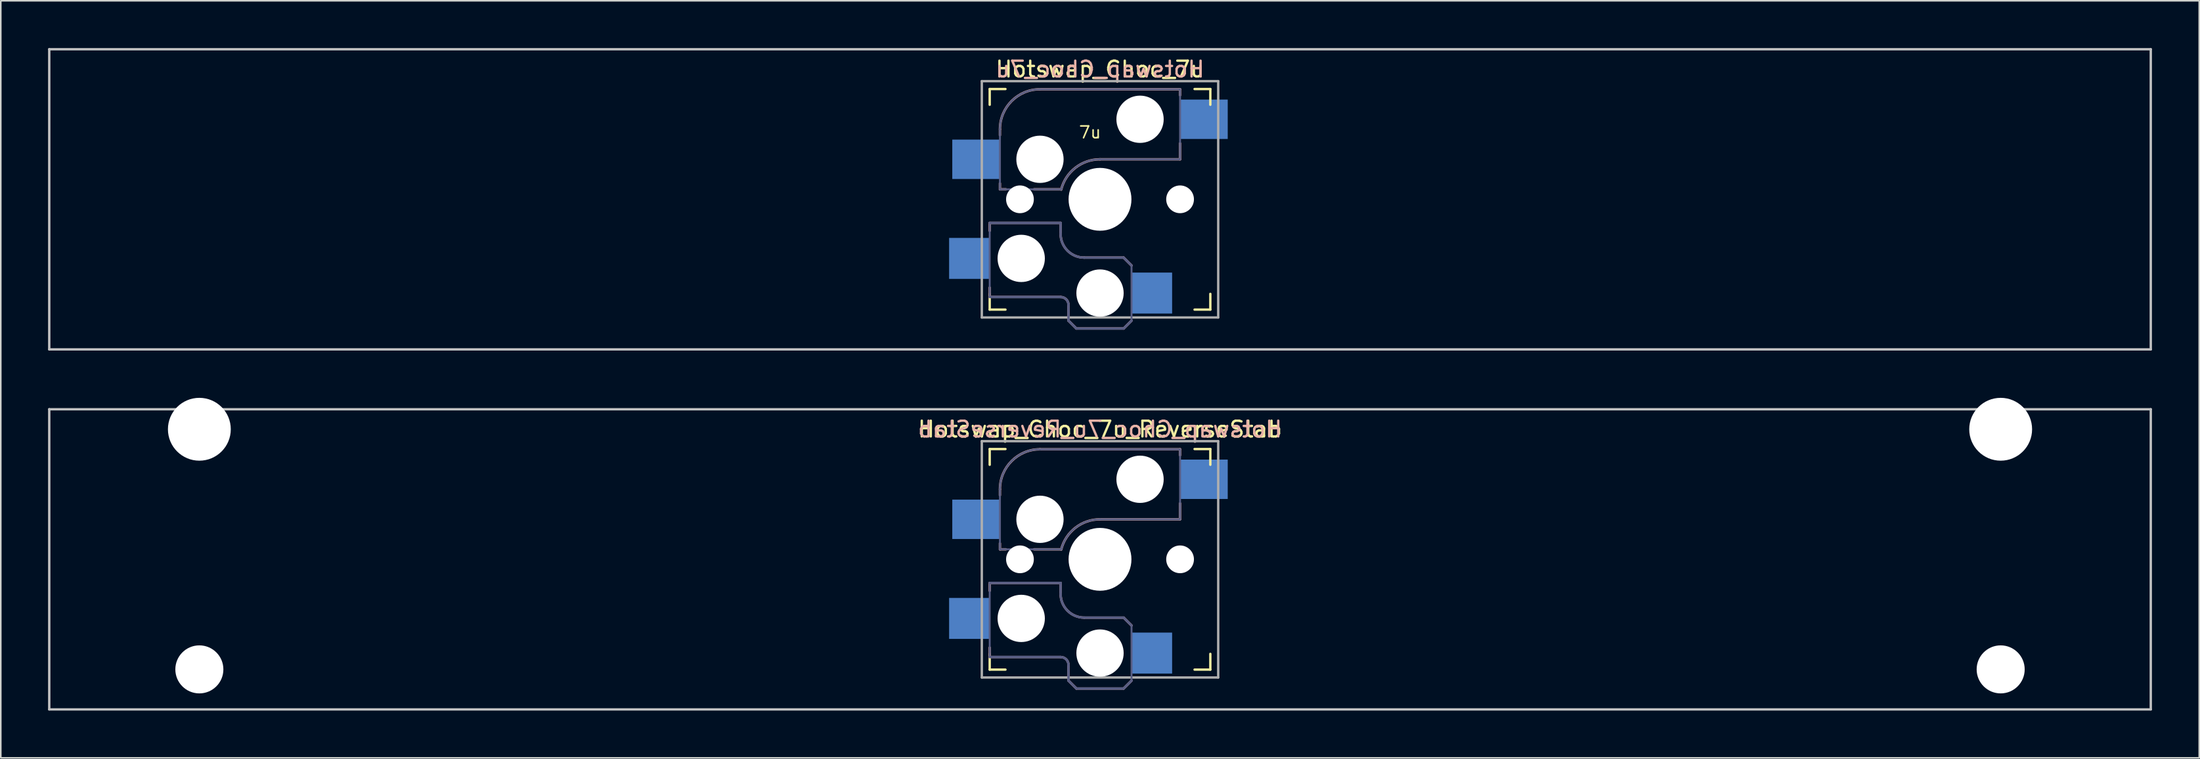
<source format=kicad_pcb>
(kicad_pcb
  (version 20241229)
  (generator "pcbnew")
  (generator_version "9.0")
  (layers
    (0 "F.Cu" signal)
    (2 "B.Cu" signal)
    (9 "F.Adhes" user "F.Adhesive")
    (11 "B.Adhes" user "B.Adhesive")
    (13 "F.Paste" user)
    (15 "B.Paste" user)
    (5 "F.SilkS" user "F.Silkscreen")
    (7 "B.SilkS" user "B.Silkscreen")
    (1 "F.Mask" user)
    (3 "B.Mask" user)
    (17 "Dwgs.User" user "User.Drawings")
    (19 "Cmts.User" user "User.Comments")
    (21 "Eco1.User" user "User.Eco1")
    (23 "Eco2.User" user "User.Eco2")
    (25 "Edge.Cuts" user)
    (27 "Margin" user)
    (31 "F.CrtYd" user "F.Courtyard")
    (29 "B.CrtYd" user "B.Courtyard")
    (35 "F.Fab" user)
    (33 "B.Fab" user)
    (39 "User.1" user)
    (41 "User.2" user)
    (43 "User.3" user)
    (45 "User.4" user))
  (footprint "Hotswap_Choc_7u_ReverseStab"
    (layer "F.Cu")
    (at 66.75 32.449)
    (property "Reference" "Hotswap_Choc_7u_ReverseStab" (at 0 -8.255 0) (layer "F.SilkS") (effects (font (size 1 1) (thickness 0.15))))
    (attr through_hole)
    (fp_line (start -7 -6) (end -7 -7) (stroke (width 0.15) (type solid)) (layer "F.SilkS"))
    (fp_line (start -7 7) (end -7 6) (stroke (width 0.15) (type solid)) (layer "F.SilkS"))
    (fp_line (start -7 7) (end -6 7) (stroke (width 0.15) (type solid)) (layer "F.SilkS"))
    (fp_line (start -6 -7) (end -7 -7) (stroke (width 0.15) (type solid)) (layer "F.SilkS"))
    (fp_line (start 6 7) (end 7 7) (stroke (width 0.15) (type solid)) (layer "F.SilkS"))
    (fp_line (start 7 -7) (end 6 -7) (stroke (width 0.15) (type solid)) (layer "F.SilkS"))
    (fp_line (start 7 -7) (end 7 -6) (stroke (width 0.15) (type solid)) (layer "F.SilkS"))
    (fp_line (start 7 6) (end 7 7) (stroke (width 0.15) (type solid)) (layer "F.SilkS"))
    (fp_line (start -7 1.5) (end -7 2) (stroke (width 0.15) (type solid)) (layer "B.SilkS"))
    (fp_line (start -7 5.6) (end -7 6.2) (stroke (width 0.15) (type solid)) (layer "B.SilkS"))
    (fp_line (start -7 6.2) (end -2.5 6.2) (stroke (width 0.15) (type solid)) (layer "B.SilkS"))
    (fp_line (start -6.35 -4.445) (end -6.35 -4.064) (stroke (width 0.15) (type solid)) (layer "B.SilkS"))
    (fp_line (start -6.35 -1.016) (end -6.35 -0.635) (stroke (width 0.15) (type solid)) (layer "B.SilkS"))
    (fp_line (start -6.35 -0.635) (end -5.969 -0.635) (stroke (width 0.15) (type solid)) (layer "B.SilkS"))
    (fp_line (start -4.191 -0.635) (end -2.54 -0.635) (stroke (width 0.15) (type solid)) (layer "B.SilkS"))
    (fp_line (start -2.5 1.5) (end -7 1.5) (stroke (width 0.15) (type solid)) (layer "B.SilkS"))
    (fp_line (start -2.5 2.2) (end -2.5 1.5) (stroke (width 0.15) (type solid)) (layer "B.SilkS"))
    (fp_line (start -2 6.7) (end -2 7.7) (stroke (width 0.15) (type solid)) (layer "B.SilkS"))
    (fp_line (start -1.5 8.2) (end -2 7.7) (stroke (width 0.15) (type solid)) (layer "B.SilkS"))
    (fp_line (start 0 -2.54) (end 5.08 -2.54) (stroke (width 0.15) (type solid)) (layer "B.SilkS"))
    (fp_line (start 1.5 3.7) (end -1 3.7) (stroke (width 0.15) (type solid)) (layer "B.SilkS"))
    (fp_line (start 1.5 8.2) (end -1.5 8.2) (stroke (width 0.15) (type solid)) (layer "B.SilkS"))
    (fp_line (start 2 4.2) (end 1.5 3.7) (stroke (width 0.15) (type solid)) (layer "B.SilkS"))
    (fp_line (start 2 7.7) (end 1.5 8.2) (stroke (width 0.15) (type solid)) (layer "B.SilkS"))
    (fp_line (start 5.08 -6.985) (end -3.81 -6.985) (stroke (width 0.15) (type solid)) (layer "B.SilkS"))
    (fp_line (start 5.08 -6.604) (end 5.08 -6.985) (stroke (width 0.15) (type solid)) (layer "B.SilkS"))
    (fp_line (start 5.08 -2.54) (end 5.08 -3.556) (stroke (width 0.15) (type solid)) (layer "B.SilkS"))
    (fp_arc (start -6.35 -4.445) (mid -5.606051 -6.241051) (end -3.81 -6.985) (stroke (width 0.15) (type solid)) (layer "B.SilkS"))
    (fp_arc (start -2.5 6.2) (mid -2.146447 6.346447) (end -2 6.7) (stroke (width 0.15) (type solid)) (layer "B.SilkS"))
    (fp_arc (start -2.464162 -0.61604) (mid -1.563147 -2.002042) (end 0 -2.54) (stroke (width 0.15) (type solid)) (layer "B.SilkS"))
    (fp_arc (start -1 3.7) (mid -2.06066 3.26066) (end -2.5 2.2) (stroke (width 0.15) (type solid)) (layer "B.SilkS"))
    (fp_line (start -66.675 -9.525) (end 66.675 -9.525) (stroke (width 0.15) (type solid)) (layer "Dwgs.User"))
    (fp_line (start -66.675 9.525) (end -66.675 -9.525) (stroke (width 0.15) (type solid)) (layer "Dwgs.User"))
    (fp_line (start -66.675 9.525) (end 66.675 9.525) (stroke (width 0.15) (type solid)) (layer "Dwgs.User"))
    (fp_line (start 66.675 -9.525) (end 66.675 9.525) (stroke (width 0.15) (type solid)) (layer "Dwgs.User"))
    (fp_line (start -58.801 -6.096) (end -58.801 5.334) (stroke (width 0.152) (type solid)) (layer "Eco2.User"))
    (fp_line (start -58.801 5.334) (end -55.499 5.334) (stroke (width 0.152) (type solid)) (layer "Eco2.User"))
    (fp_line (start -55.499 -6.096) (end -58.801 -6.096) (stroke (width 0.152) (type solid)) (layer "Eco2.User"))
    (fp_line (start -55.499 5.334) (end -55.499 -6.096) (stroke (width 0.152) (type solid)) (layer "Eco2.User"))
    (fp_line (start -6.9 6.9) (end -6.9 -6.9) (stroke (width 0.15) (type solid)) (layer "Eco2.User"))
    (fp_line (start -6.9 6.9) (end 6.9 6.9) (stroke (width 0.15) (type solid)) (layer "Eco2.User"))
    (fp_line (start 6.9 -6.9) (end -6.9 -6.9) (stroke (width 0.15) (type solid)) (layer "Eco2.User"))
    (fp_line (start 6.9 -6.9) (end 6.9 6.9) (stroke (width 0.15) (type solid)) (layer "Eco2.User"))
    (fp_line (start 55.499 -6.096) (end 55.499 5.334) (stroke (width 0.152) (type solid)) (layer "Eco2.User"))
    (fp_line (start 55.499 5.334) (end 58.801 5.334) (stroke (width 0.152) (type solid)) (layer "Eco2.User"))
    (fp_line (start 58.801 -6.096) (end 55.499 -6.096) (stroke (width 0.152) (type solid)) (layer "Eco2.User"))
    (fp_line (start 58.801 5.334) (end 58.801 -6.096) (stroke (width 0.152) (type solid)) (layer "Eco2.User"))
    (fp_line (start -7 1.5) (end -7 6.2) (stroke (width 0.12) (type solid)) (layer "B.Fab"))
    (fp_line (start -7 6.2) (end -2.5 6.2) (stroke (width 0.15) (type solid)) (layer "B.Fab"))
    (fp_line (start -6.35 -4.445) (end -6.35 -0.635) (stroke (width 0.12) (type solid)) (layer "B.Fab"))
    (fp_line (start -6.35 -0.635) (end -2.54 -0.635) (stroke (width 0.12) (type solid)) (layer "B.Fab"))
    (fp_line (start -2.5 1.5) (end -7 1.5) (stroke (width 0.15) (type solid)) (layer "B.Fab"))
    (fp_line (start -2.5 2.2) (end -2.5 1.5) (stroke (width 0.15) (type solid)) (layer "B.Fab"))
    (fp_line (start -2 6.7) (end -2 7.7) (stroke (width 0.15) (type solid)) (layer "B.Fab"))
    (fp_line (start -1.5 8.2) (end -2 7.7) (stroke (width 0.15) (type solid)) (layer "B.Fab"))
    (fp_line (start 0 -2.54) (end 5.08 -2.54) (stroke (width 0.12) (type solid)) (layer "B.Fab"))
    (fp_line (start 1.5 3.7) (end -1 3.7) (stroke (width 0.15) (type solid)) (layer "B.Fab"))
    (fp_line (start 1.5 8.2) (end -1.5 8.2) (stroke (width 0.15) (type solid)) (layer "B.Fab"))
    (fp_line (start 2 4.2) (end 1.5 3.7) (stroke (width 0.15) (type solid)) (layer "B.Fab"))
    (fp_line (start 2 4.25) (end 2 7.7) (stroke (width 0.12) (type solid)) (layer "B.Fab"))
    (fp_line (start 2 7.7) (end 1.5 8.2) (stroke (width 0.15) (type solid)) (layer "B.Fab"))
    (fp_line (start 5.08 -6.985) (end -3.81 -6.985) (stroke (width 0.12) (type solid)) (layer "B.Fab"))
    (fp_line (start 5.08 -2.54) (end 5.08 -6.985) (stroke (width 0.12) (type solid)) (layer "B.Fab"))
    (fp_arc (start -6.35 -4.445) (mid -5.606051 -6.241051) (end -3.81 -6.985) (stroke (width 0.12) (type solid)) (layer "B.Fab"))
    (fp_arc (start -2.5 6.2) (mid -2.146447 6.346447) (end -2 6.7) (stroke (width 0.15) (type solid)) (layer "B.Fab"))
    (fp_arc (start -2.464162 -0.61604) (mid -1.563147 -2.002042) (end 0 -2.54) (stroke (width 0.12) (type solid)) (layer "B.Fab"))
    (fp_arc (start -1 3.7) (mid -2.06066 3.26066) (end -2.5 2.2) (stroke (width 0.15) (type solid)) (layer "B.Fab"))
    (fp_line (start -7.5 -7.5) (end 7.5 -7.5) (stroke (width 0.15) (type solid)) (layer "F.Fab"))
    (fp_line (start -7.5 7.5) (end -7.5 -7.5) (stroke (width 0.15) (type solid)) (layer "F.Fab"))
    (fp_line (start 7.5 -7.5) (end 7.5 7.5) (stroke (width 0.15) (type solid)) (layer "F.Fab"))
    (fp_line (start 7.5 7.5) (end -7.5 7.5) (stroke (width 0.15) (type solid)) (layer "F.Fab"))
    (fp_text user "${REFERENCE}" (at 0 -8.255 0) (layer "B.SilkS") (effects (font (size 1 1) (thickness 0.15)) (justify mirror)))
    (pad "" np_thru_hole circle (at -57.15 -8.255 180) (size 3.988 3.988) (drill 3.988) (layers "*.Cu" "*.Mask"))
    (pad "" np_thru_hole circle (at -57.15 6.985 180) (size 3.048 3.048) (drill 3.048) (layers "*.Cu" "*.Mask"))
    (pad "" np_thru_hole circle (at -5.08 0 180) (size 1.76 1.76) (drill 1.76) (layers "*.Cu" "*.Mask"))
    (pad "" np_thru_hole circle (at -5 3.75) (size 3 3) (drill 3) (layers "*.Cu" "*.Mask"))
    (pad "" np_thru_hole circle (at -3.81 -2.54 180) (size 3 3) (drill 3) (layers "*.Cu" "*.Mask"))
    (pad "" np_thru_hole circle (at 0 0 180) (size 3.988 3.988) (drill 3.988) (layers "*.Cu" "*.Mask"))
    (pad "" np_thru_hole circle (at 0 5.95) (size 3 3) (drill 3) (layers "*.Cu" "*.Mask"))
    (pad "" np_thru_hole circle (at 2.54 -5.08 180) (size 3 3) (drill 3) (layers "*.Cu" "*.Mask"))
    (pad "" np_thru_hole circle (at 5.08 0 180) (size 1.76 1.76) (drill 1.76) (layers "*.Cu" "*.Mask"))
    (pad "" np_thru_hole circle (at 57.15 -8.255 180) (size 3.988 3.988) (drill 3.988) (layers "*.Cu" "*.Mask"))
    (pad "" np_thru_hole circle (at 57.15 6.985 180) (size 3.048 3.048) (drill 3.048) (layers "*.Cu" "*.Mask"))
    (pad "1" smd rect (at -8.275 3.75) (size 2.6 2.6) (layers "B.Cu" "B.Mask" "B.Paste"))
    (pad "1" smd rect (at -7.874 -2.54 180) (size 3 2.5) (layers "B.Cu" "B.Mask" "B.Paste"))
    (pad "2" smd rect (at 3.275 5.95) (size 2.6 2.6) (layers "B.Cu" "B.Mask" "B.Paste"))
    (pad "2" smd rect (at 6.604 -5.08 180) (size 3 2.5) (layers "B.Cu" "B.Mask" "B.Paste")))
  (footprint "Hotswap_Choc_7u"
    (layer "F.Cu")
    (at 66.75 9.6)
    (property "Reference" "Hotswap_Choc_7u" (at 0 -8.255 0) (layer "F.SilkS") (effects (font (size 1 1) (thickness 0.15))))
    (attr through_hole)
    (fp_line (start -7 -6) (end -7 -7) (stroke (width 0.15) (type solid)) (layer "F.SilkS"))
    (fp_line (start -7 7) (end -7 6) (stroke (width 0.15) (type solid)) (layer "F.SilkS"))
    (fp_line (start -7 7) (end -6 7) (stroke (width 0.15) (type solid)) (layer "F.SilkS"))
    (fp_line (start -6 -7) (end -7 -7) (stroke (width 0.15) (type solid)) (layer "F.SilkS"))
    (fp_line (start 6 7) (end 7 7) (stroke (width 0.15) (type solid)) (layer "F.SilkS"))
    (fp_line (start 7 -7) (end 6 -7) (stroke (width 0.15) (type solid)) (layer "F.SilkS"))
    (fp_line (start 7 -7) (end 7 -6) (stroke (width 0.15) (type solid)) (layer "F.SilkS"))
    (fp_line (start 7 6) (end 7 7) (stroke (width 0.15) (type solid)) (layer "F.SilkS"))
    (fp_line (start -7 1.5) (end -7 2) (stroke (width 0.15) (type solid)) (layer "B.SilkS"))
    (fp_line (start -7 5.6) (end -7 6.2) (stroke (width 0.15) (type solid)) (layer "B.SilkS"))
    (fp_line (start -7 6.2) (end -2.5 6.2) (stroke (width 0.15) (type solid)) (layer "B.SilkS"))
    (fp_line (start -6.35 -4.445) (end -6.35 -4.064) (stroke (width 0.15) (type solid)) (layer "B.SilkS"))
    (fp_line (start -6.35 -1.016) (end -6.35 -0.635) (stroke (width 0.15) (type solid)) (layer "B.SilkS"))
    (fp_line (start -6.35 -0.635) (end -5.969 -0.635) (stroke (width 0.15) (type solid)) (layer "B.SilkS"))
    (fp_line (start -4.191 -0.635) (end -2.54 -0.635) (stroke (width 0.15) (type solid)) (layer "B.SilkS"))
    (fp_line (start -2.5 1.5) (end -7 1.5) (stroke (width 0.15) (type solid)) (layer "B.SilkS"))
    (fp_line (start -2.5 2.2) (end -2.5 1.5) (stroke (width 0.15) (type solid)) (layer "B.SilkS"))
    (fp_line (start -2 6.7) (end -2 7.7) (stroke (width 0.15) (type solid)) (layer "B.SilkS"))
    (fp_line (start -1.5 8.2) (end -2 7.7) (stroke (width 0.15) (type solid)) (layer "B.SilkS"))
    (fp_line (start 0 -2.54) (end 5.08 -2.54) (stroke (width 0.15) (type solid)) (layer "B.SilkS"))
    (fp_line (start 1.5 3.7) (end -1 3.7) (stroke (width 0.15) (type solid)) (layer "B.SilkS"))
    (fp_line (start 1.5 8.2) (end -1.5 8.2) (stroke (width 0.15) (type solid)) (layer "B.SilkS"))
    (fp_line (start 2 4.2) (end 1.5 3.7) (stroke (width 0.15) (type solid)) (layer "B.SilkS"))
    (fp_line (start 2 7.7) (end 1.5 8.2) (stroke (width 0.15) (type solid)) (layer "B.SilkS"))
    (fp_line (start 5.08 -6.985) (end -3.81 -6.985) (stroke (width 0.15) (type solid)) (layer "B.SilkS"))
    (fp_line (start 5.08 -6.604) (end 5.08 -6.985) (stroke (width 0.15) (type solid)) (layer "B.SilkS"))
    (fp_line (start 5.08 -2.54) (end 5.08 -3.556) (stroke (width 0.15) (type solid)) (layer "B.SilkS"))
    (fp_arc (start -6.35 -4.445) (mid -5.606051 -6.241051) (end -3.81 -6.985) (stroke (width 0.15) (type solid)) (layer "B.SilkS"))
    (fp_arc (start -2.5 6.2) (mid -2.146447 6.346447) (end -2 6.7) (stroke (width 0.15) (type solid)) (layer "B.SilkS"))
    (fp_arc (start -2.464162 -0.61604) (mid -1.563147 -2.002042) (end 0 -2.54) (stroke (width 0.15) (type solid)) (layer "B.SilkS"))
    (fp_arc (start -1 3.7) (mid -2.06066 3.26066) (end -2.5 2.2) (stroke (width 0.15) (type solid)) (layer "B.SilkS"))
    (fp_line (start -66.675 -9.525) (end 66.675 -9.525) (stroke (width 0.15) (type solid)) (layer "Dwgs.User"))
    (fp_line (start -66.675 9.525) (end -66.675 -9.525) (stroke (width 0.15) (type solid)) (layer "Dwgs.User"))
    (fp_line (start -66.675 9.525) (end 66.675 9.525) (stroke (width 0.15) (type solid)) (layer "Dwgs.User"))
    (fp_line (start 66.675 -9.525) (end 66.675 9.525) (stroke (width 0.15) (type solid)) (layer "Dwgs.User"))
    (fp_line (start -6.9 6.9) (end -6.9 -6.9) (stroke (width 0.15) (type solid)) (layer "Eco2.User"))
    (fp_line (start -6.9 6.9) (end 6.9 6.9) (stroke (width 0.15) (type solid)) (layer "Eco2.User"))
    (fp_line (start 6.9 -6.9) (end -6.9 -6.9) (stroke (width 0.15) (type solid)) (layer "Eco2.User"))
    (fp_line (start 6.9 -6.9) (end 6.9 6.9) (stroke (width 0.15) (type solid)) (layer "Eco2.User"))
    (fp_line (start -7 1.5) (end -7 6.2) (stroke (width 0.12) (type solid)) (layer "B.Fab"))
    (fp_line (start -7 6.2) (end -2.5 6.2) (stroke (width 0.15) (type solid)) (layer "B.Fab"))
    (fp_line (start -6.35 -4.445) (end -6.35 -0.635) (stroke (width 0.12) (type solid)) (layer "B.Fab"))
    (fp_line (start -6.35 -0.635) (end -2.54 -0.635) (stroke (width 0.12) (type solid)) (layer "B.Fab"))
    (fp_line (start -2.5 1.5) (end -7 1.5) (stroke (width 0.15) (type solid)) (layer "B.Fab"))
    (fp_line (start -2.5 2.2) (end -2.5 1.5) (stroke (width 0.15) (type solid)) (layer "B.Fab"))
    (fp_line (start -2 6.7) (end -2 7.7) (stroke (width 0.15) (type solid)) (layer "B.Fab"))
    (fp_line (start -1.5 8.2) (end -2 7.7) (stroke (width 0.15) (type solid)) (layer "B.Fab"))
    (fp_line (start 0 -2.54) (end 5.08 -2.54) (stroke (width 0.12) (type solid)) (layer "B.Fab"))
    (fp_line (start 1.5 3.7) (end -1 3.7) (stroke (width 0.15) (type solid)) (layer "B.Fab"))
    (fp_line (start 1.5 8.2) (end -1.5 8.2) (stroke (width 0.15) (type solid)) (layer "B.Fab"))
    (fp_line (start 2 4.2) (end 1.5 3.7) (stroke (width 0.15) (type solid)) (layer "B.Fab"))
    (fp_line (start 2 4.25) (end 2 7.7) (stroke (width 0.12) (type solid)) (layer "B.Fab"))
    (fp_line (start 2 7.7) (end 1.5 8.2) (stroke (width 0.15) (type solid)) (layer "B.Fab"))
    (fp_line (start 5.08 -6.985) (end -3.81 -6.985) (stroke (width 0.12) (type solid)) (layer "B.Fab"))
    (fp_line (start 5.08 -2.54) (end 5.08 -6.985) (stroke (width 0.12) (type solid)) (layer "B.Fab"))
    (fp_arc (start -6.35 -4.445) (mid -5.606051 -6.241051) (end -3.81 -6.985) (stroke (width 0.12) (type solid)) (layer "B.Fab"))
    (fp_arc (start -2.5 6.2) (mid -2.146447 6.346447) (end -2 6.7) (stroke (width 0.15) (type solid)) (layer "B.Fab"))
    (fp_arc (start -2.464162 -0.61604) (mid -1.563147 -2.002042) (end 0 -2.54) (stroke (width 0.12) (type solid)) (layer "B.Fab"))
    (fp_arc (start -1 3.7) (mid -2.06066 3.26066) (end -2.5 2.2) (stroke (width 0.15) (type solid)) (layer "B.Fab"))
    (fp_line (start -7.5 -7.5) (end 7.5 -7.5) (stroke (width 0.15) (type solid)) (layer "F.Fab"))
    (fp_line (start -7.5 7.5) (end -7.5 -7.5) (stroke (width 0.15) (type solid)) (layer "F.Fab"))
    (fp_line (start 7.5 -7.5) (end 7.5 7.5) (stroke (width 0.15) (type solid)) (layer "F.Fab"))
    (fp_line (start 7.5 7.5) (end -7.5 7.5) (stroke (width 0.15) (type solid)) (layer "F.Fab"))
    (fp_text user "7u" (at -0.635 -3.81 0) (unlocked yes) (layer "F.SilkS") (effects (font (size 0.75 0.75) (thickness 0.1)) (justify bottom)))
    (fp_text user "${REFERENCE}" (at 0 -8.255 0) (layer "B.SilkS") (effects (font (size 1 1) (thickness 0.15)) (justify mirror)))
    (pad "" np_thru_hole circle (at -5.08 0 180) (size 1.76 1.76) (drill 1.76) (layers "*.Cu" "*.Mask"))
    (pad "" np_thru_hole circle (at -5 3.75) (size 3 3) (drill 3) (layers "*.Cu" "*.Mask"))
    (pad "" np_thru_hole circle (at -3.81 -2.54 180) (size 3 3) (drill 3) (layers "*.Cu" "*.Mask"))
    (pad "" np_thru_hole circle (at 0 0 180) (size 3.988 3.988) (drill 3.988) (layers "*.Cu" "*.Mask"))
    (pad "" np_thru_hole circle (at 0 5.95) (size 3 3) (drill 3) (layers "*.Cu" "*.Mask"))
    (pad "" np_thru_hole circle (at 2.54 -5.08 180) (size 3 3) (drill 3) (layers "*.Cu" "*.Mask"))
    (pad "" np_thru_hole circle (at 5.08 0 180) (size 1.76 1.76) (drill 1.76) (layers "*.Cu" "*.Mask"))
    (pad "1" smd rect (at -8.275 3.75) (size 2.6 2.6) (layers "B.Cu" "B.Mask" "B.Paste"))
    (pad "1" smd rect (at -7.874 -2.54 180) (size 3 2.5) (layers "B.Cu" "B.Mask" "B.Paste"))
    (pad "2" smd rect (at 3.275 5.95) (size 2.6 2.6) (layers "B.Cu" "B.Mask" "B.Paste"))
    (pad "2" smd rect (at 6.604 -5.08 180) (size 3 2.5) (layers "B.Cu" "B.Mask" "B.Paste")))
  (gr_rect
    (start -3 -3)
    (end 136.5 45.049)
    (stroke (width 0.1) (type default))
    (fill no)
    (layer "Edge.Cuts")))
</source>
